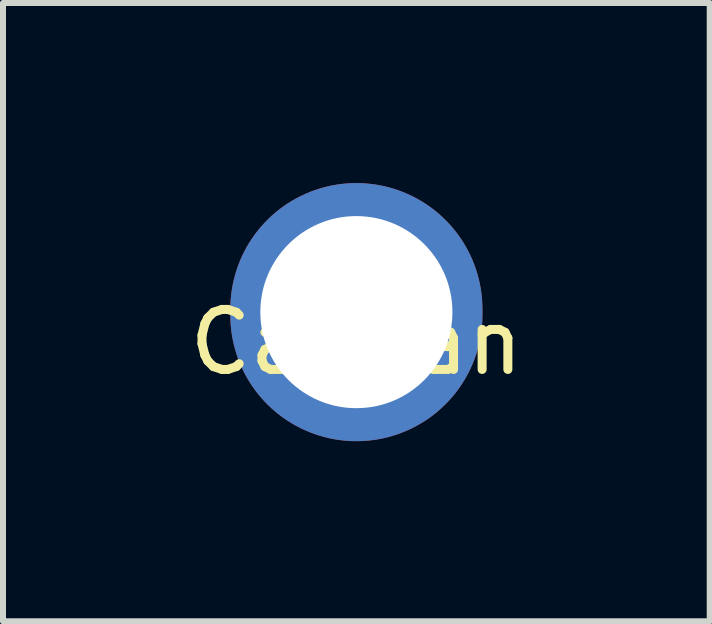
<source format=kicad_pcb>
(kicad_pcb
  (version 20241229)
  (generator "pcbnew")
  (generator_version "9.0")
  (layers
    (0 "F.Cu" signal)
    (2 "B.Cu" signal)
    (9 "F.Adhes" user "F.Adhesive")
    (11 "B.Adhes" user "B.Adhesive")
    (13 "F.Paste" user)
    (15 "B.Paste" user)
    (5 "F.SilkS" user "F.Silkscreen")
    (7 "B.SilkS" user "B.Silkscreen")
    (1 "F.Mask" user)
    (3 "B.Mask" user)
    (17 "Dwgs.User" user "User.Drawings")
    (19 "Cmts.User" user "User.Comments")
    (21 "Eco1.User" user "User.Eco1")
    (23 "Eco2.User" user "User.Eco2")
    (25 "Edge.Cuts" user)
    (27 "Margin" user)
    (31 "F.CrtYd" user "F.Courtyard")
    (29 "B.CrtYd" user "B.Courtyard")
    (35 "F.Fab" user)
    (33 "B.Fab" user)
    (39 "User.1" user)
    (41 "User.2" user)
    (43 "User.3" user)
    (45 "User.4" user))
  (footprint "Caiman"
    (layer "F.Cu")
    (at 2.887 2.15)
    (property "Reference" "Caiman" (at 0 0.5 0) (layer "F.SilkS") (effects (font (size 1 1) (thickness 0.15))))
    (attr through_hole)
    (pad "1" thru_hole oval (at 0 0) (size 4.2 4.3) (drill 3.2) (layers "*.Cu" "*.Mask")))
  (gr_rect
    (start -3 -3)
    (end 8.774 7.3)
    (stroke (width 0.1) (type default))
    (fill no)
    (layer "Edge.Cuts")))
</source>
